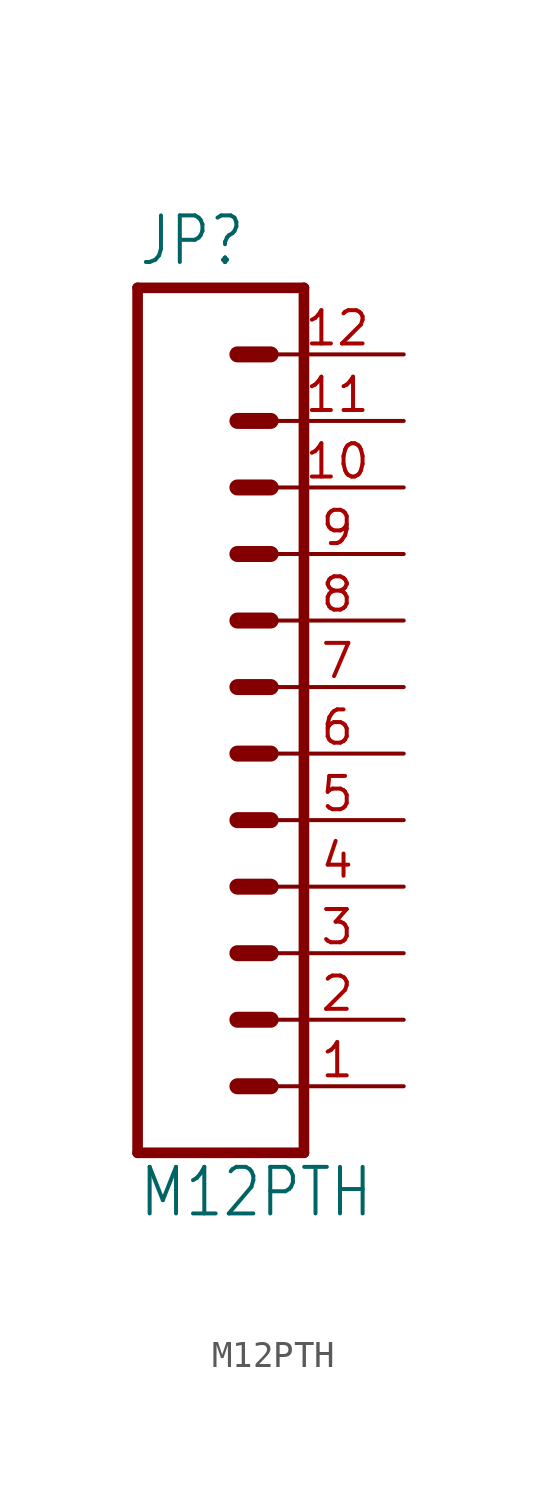
<source format=kicad_sym>
(kicad_symbol_lib
  (version 20211014)
  (generator kicad_symbol_editor)
  (symbol "M12PTH"
    (property "Reference" "JP"
      (at 0 16.002 0)
      (effects (font (size 1.778 1.511)) (justify left bottom)))
    (property "Value" "M12PTH"
      (at 0 -20.32 0)
      (effects (font (size 1.778 1.511)) (justify left bottom)))
    (property "ki_locked" ""
      (at 0 0 0)
      (effects (font (size 1.27 1.27))))
    (symbol "M12PTH_1_0"
      (polyline (pts (xy 0 15.24) (xy 0 -17.78)) (stroke (width 0.406) (type default) (color 0 0 0 0)) (fill (type none)))
      (polyline (pts (xy 0 15.24) (xy 6.35 15.24)) (stroke (width 0.406) (type default) (color 0 0 0 0)) (fill (type none)))
      (polyline (pts (xy 3.81 -15.24) (xy 5.08 -15.24)) (stroke (width 0.61) (type default) (color 0 0 0 0)) (fill (type none)))
      (polyline (pts (xy 3.81 -12.7) (xy 5.08 -12.7)) (stroke (width 0.61) (type default) (color 0 0 0 0)) (fill (type none)))
      (polyline (pts (xy 3.81 -10.16) (xy 5.08 -10.16)) (stroke (width 0.61) (type default) (color 0 0 0 0)) (fill (type none)))
      (polyline (pts (xy 3.81 -7.62) (xy 5.08 -7.62)) (stroke (width 0.61) (type default) (color 0 0 0 0)) (fill (type none)))
      (polyline (pts (xy 3.81 -5.08) (xy 5.08 -5.08)) (stroke (width 0.61) (type default) (color 0 0 0 0)) (fill (type none)))
      (polyline (pts (xy 3.81 -2.54) (xy 5.08 -2.54)) (stroke (width 0.61) (type default) (color 0 0 0 0)) (fill (type none)))
      (polyline (pts (xy 3.81 0) (xy 5.08 0)) (stroke (width 0.61) (type default) (color 0 0 0 0)) (fill (type none)))
      (polyline (pts (xy 3.81 2.54) (xy 5.08 2.54)) (stroke (width 0.61) (type default) (color 0 0 0 0)) (fill (type none)))
      (polyline (pts (xy 3.81 5.08) (xy 5.08 5.08)) (stroke (width 0.61) (type default) (color 0 0 0 0)) (fill (type none)))
      (polyline (pts (xy 3.81 7.62) (xy 5.08 7.62)) (stroke (width 0.61) (type default) (color 0 0 0 0)) (fill (type none)))
      (polyline (pts (xy 3.81 10.16) (xy 5.08 10.16)) (stroke (width 0.61) (type default) (color 0 0 0 0)) (fill (type none)))
      (polyline (pts (xy 3.81 12.7) (xy 5.08 12.7)) (stroke (width 0.61) (type default) (color 0 0 0 0)) (fill (type none)))
      (polyline (pts (xy 6.35 -17.78) (xy 0 -17.78)) (stroke (width 0.406) (type default) (color 0 0 0 0)) (fill (type none)))
      (polyline (pts (xy 6.35 -17.78) (xy 6.35 15.24)) (stroke (width 0.406) (type default) (color 0 0 0 0)) (fill (type none)))
      (pin passive line (at 10.16 -15.24 180) (length 5.08) (name "1" (effects (font (size 0 0)))) (number "1" (effects (font (size 1.27 1.27)))))
      (pin passive line (at 10.16 7.62 180) (length 5.08) (name "10" (effects (font (size 0 0)))) (number "10" (effects (font (size 1.27 1.27)))))
      (pin passive line (at 10.16 10.16 180) (length 5.08) (name "11" (effects (font (size 0 0)))) (number "11" (effects (font (size 1.27 1.27)))))
      (pin passive line (at 10.16 12.7 180) (length 5.08) (name "12" (effects (font (size 0 0)))) (number "12" (effects (font (size 1.27 1.27)))))
      (pin passive line (at 10.16 -12.7 180) (length 5.08) (name "2" (effects (font (size 0 0)))) (number "2" (effects (font (size 1.27 1.27)))))
      (pin passive line (at 10.16 -10.16 180) (length 5.08) (name "3" (effects (font (size 0 0)))) (number "3" (effects (font (size 1.27 1.27)))))
      (pin passive line (at 10.16 -7.62 180) (length 5.08) (name "4" (effects (font (size 0 0)))) (number "4" (effects (font (size 1.27 1.27)))))
      (pin passive line (at 10.16 -5.08 180) (length 5.08) (name "5" (effects (font (size 0 0)))) (number "5" (effects (font (size 1.27 1.27)))))
      (pin passive line (at 10.16 -2.54 180) (length 5.08) (name "6" (effects (font (size 0 0)))) (number "6" (effects (font (size 1.27 1.27)))))
      (pin passive line (at 10.16 0 180) (length 5.08) (name "7" (effects (font (size 0 0)))) (number "7" (effects (font (size 1.27 1.27)))))
      (pin passive line (at 10.16 2.54 180) (length 5.08) (name "8" (effects (font (size 0 0)))) (number "8" (effects (font (size 1.27 1.27)))))
      (pin passive line (at 10.16 5.08 180) (length 5.08) (name "9" (effects (font (size 0 0)))) (number "9" (effects (font (size 1.27 1.27))))))))
</source>
